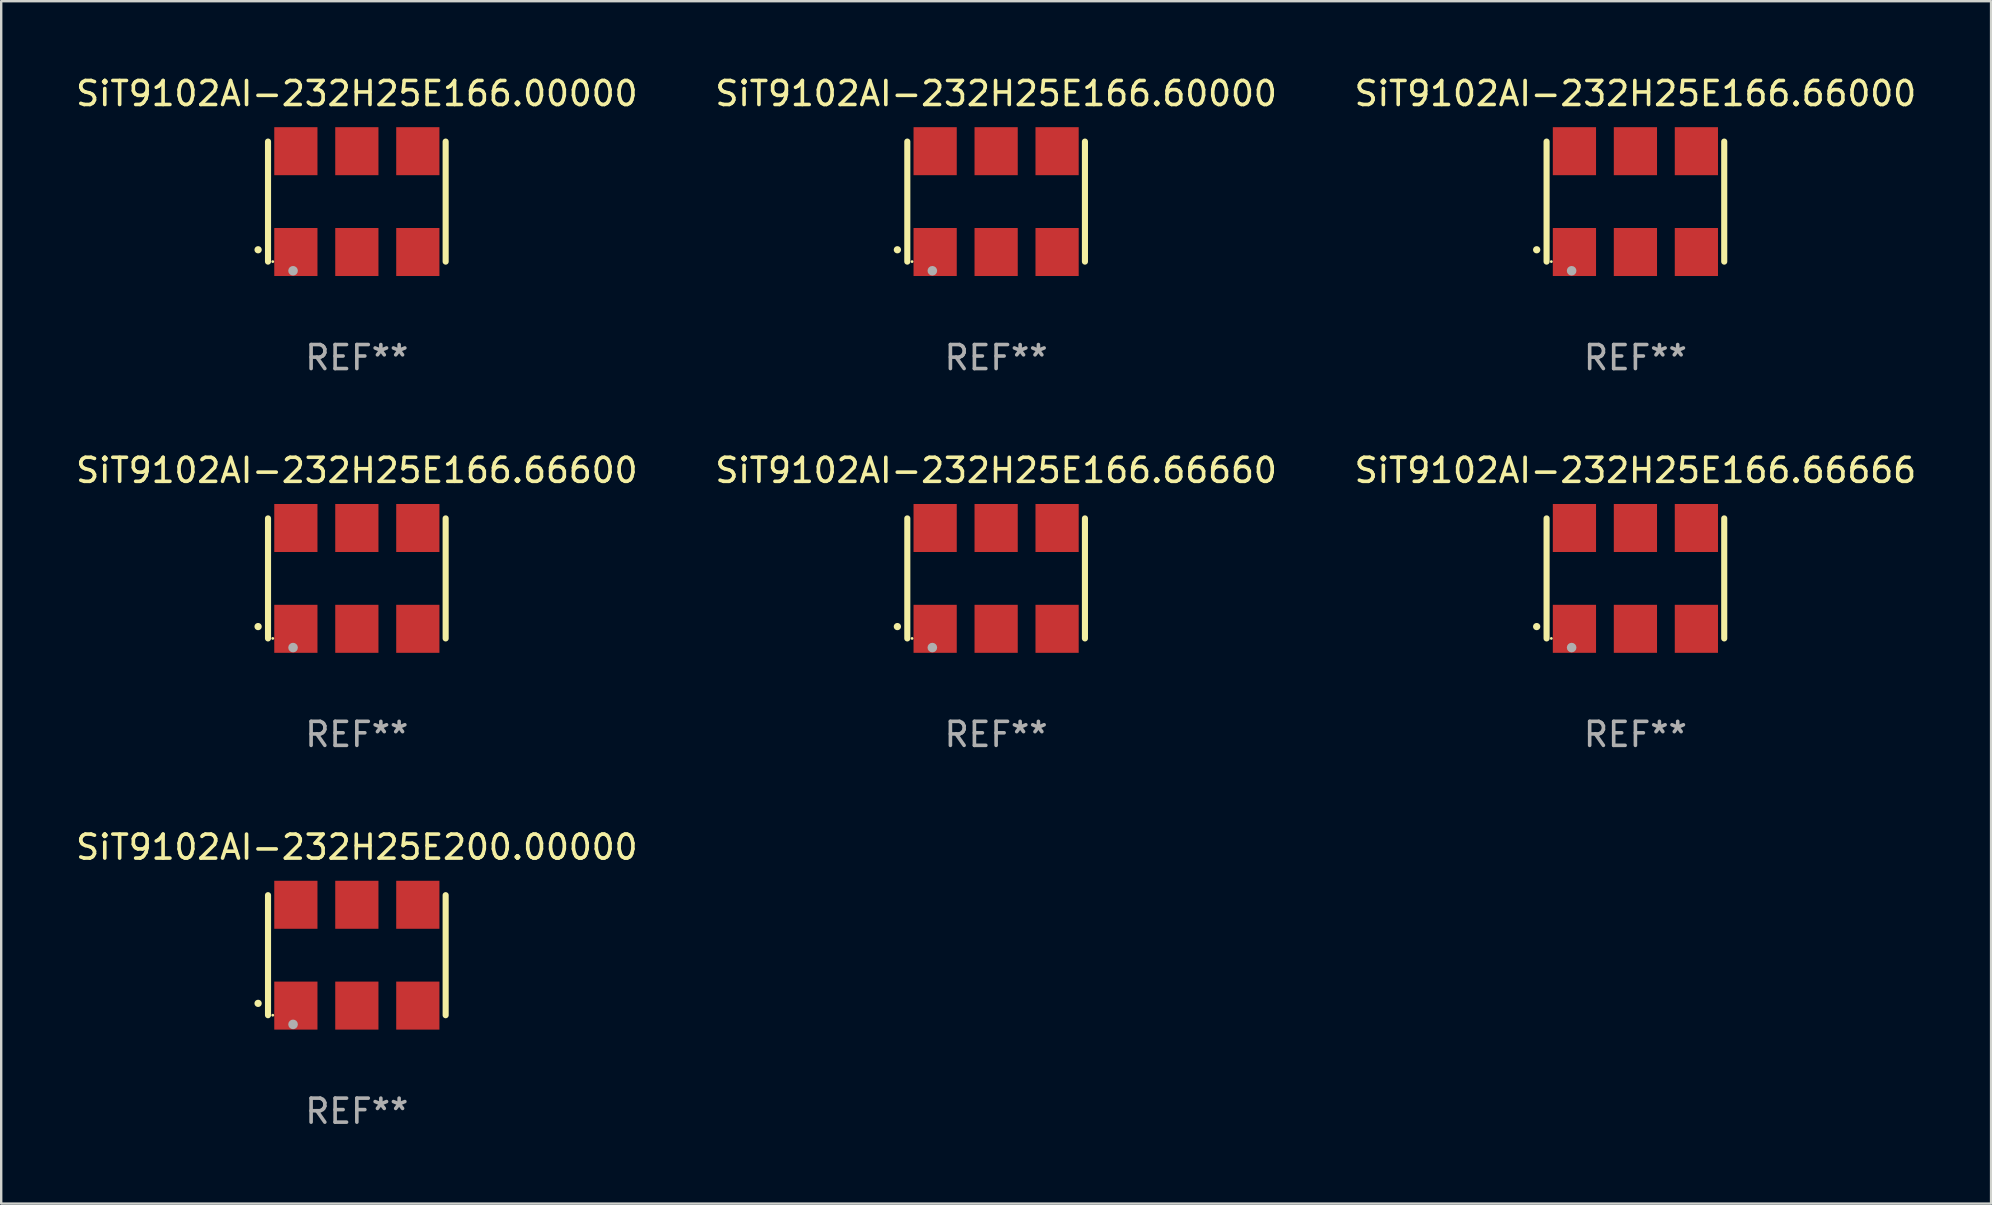
<source format=kicad_pcb>
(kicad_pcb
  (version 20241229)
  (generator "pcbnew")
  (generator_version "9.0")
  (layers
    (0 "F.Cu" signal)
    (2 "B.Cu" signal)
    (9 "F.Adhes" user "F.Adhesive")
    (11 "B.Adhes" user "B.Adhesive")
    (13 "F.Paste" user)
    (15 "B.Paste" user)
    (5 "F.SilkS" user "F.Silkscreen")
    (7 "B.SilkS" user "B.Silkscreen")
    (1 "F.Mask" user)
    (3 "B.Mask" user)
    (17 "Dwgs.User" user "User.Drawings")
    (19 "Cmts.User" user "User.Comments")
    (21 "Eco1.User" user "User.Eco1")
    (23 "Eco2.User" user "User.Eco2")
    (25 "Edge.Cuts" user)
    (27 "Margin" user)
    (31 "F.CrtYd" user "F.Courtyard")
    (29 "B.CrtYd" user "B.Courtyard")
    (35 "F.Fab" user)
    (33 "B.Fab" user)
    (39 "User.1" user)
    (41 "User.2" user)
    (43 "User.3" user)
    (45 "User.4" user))
  (footprint "SiT9102AI-232H25E166.66600"
    (layer "F.Cu")
    (at 11.815 21.045)
    (property "Reference" "SiT9102AI-232H25E166.66600" (at 0 -4.5 0) (layer "F.SilkS") (effects (font (size 1 1) (thickness 0.15))))
    (attr through_hole)
    (fp_line (start -3.7 -2.5) (end -3.7 2.5) (stroke (width 0.254) (type solid)) (layer "F.SilkS"))
    (fp_line (start 3.7 -2.5) (end 3.7 2.5) (stroke (width 0.254) (type solid)) (layer "F.SilkS"))
    (fp_arc (start -4.114415 2.006604) (mid -4.113145 2.006599) (end -4.111875 2.006604) (stroke (width 0.3) (type solid)) (layer "F.SilkS"))
    (fp_circle (center -3.502 2.5) (end -3.472 2.5) (stroke (width 0.06) (type solid)) (fill no) (layer "F.SilkS"))
    (fp_circle (center -2.657 2.882) (end -2.557 2.882) (stroke (width 0.2) (type solid)) (fill no) (layer "F.Fab"))
    (fp_text user "REF**" (at 0 6.5 0) (layer "F.Fab") (effects (font (size 1 1) (thickness 0.15))))
    (pad "1" smd rect (at -2.54 2.1) (size 1.8 2) (layers "F.Cu" "F.Mask" "F.Paste"))
    (pad "2" smd rect (at 0.000394 2.1) (size 1.8 2) (layers "F.Cu" "F.Mask" "F.Paste"))
    (pad "3" smd rect (at 2.54 2.1) (size 1.8 2) (layers "F.Cu" "F.Mask" "F.Paste"))
    (pad "4" smd rect (at 2.54 -2.1) (size 1.8 2) (layers "F.Cu" "F.Mask" "F.Paste"))
    (pad "5" smd rect (at 0.000394 -2.1) (size 1.8 2) (layers "F.Cu" "F.Mask" "F.Paste"))
    (pad "6" smd rect (at -2.54 -2.1) (size 1.8 2) (layers "F.Cu" "F.Mask" "F.Paste")))
  (footprint "SiT9102AI-232H25E200.00000"
    (layer "F.Cu")
    (at 11.815 36.741)
    (property "Reference" "SiT9102AI-232H25E200.00000" (at 0 -4.5 0) (layer "F.SilkS") (effects (font (size 1 1) (thickness 0.15))))
    (attr through_hole)
    (fp_line (start -3.7 -2.5) (end -3.7 2.5) (stroke (width 0.254) (type solid)) (layer "F.SilkS"))
    (fp_line (start 3.7 -2.5) (end 3.7 2.5) (stroke (width 0.254) (type solid)) (layer "F.SilkS"))
    (fp_arc (start -4.114415 2.006604) (mid -4.113145 2.006599) (end -4.111875 2.006604) (stroke (width 0.3) (type solid)) (layer "F.SilkS"))
    (fp_circle (center -3.502 2.5) (end -3.472 2.5) (stroke (width 0.06) (type solid)) (fill no) (layer "F.SilkS"))
    (fp_circle (center -2.657 2.882) (end -2.557 2.882) (stroke (width 0.2) (type solid)) (fill no) (layer "F.Fab"))
    (fp_text user "REF**" (at 0 6.5 0) (layer "F.Fab") (effects (font (size 1 1) (thickness 0.15))))
    (pad "1" smd rect (at -2.54 2.1) (size 1.8 2) (layers "F.Cu" "F.Mask" "F.Paste"))
    (pad "2" smd rect (at 0.000394 2.1) (size 1.8 2) (layers "F.Cu" "F.Mask" "F.Paste"))
    (pad "3" smd rect (at 2.54 2.1) (size 1.8 2) (layers "F.Cu" "F.Mask" "F.Paste"))
    (pad "4" smd rect (at 2.54 -2.1) (size 1.8 2) (layers "F.Cu" "F.Mask" "F.Paste"))
    (pad "5" smd rect (at 0.000394 -2.1) (size 1.8 2) (layers "F.Cu" "F.Mask" "F.Paste"))
    (pad "6" smd rect (at -2.54 -2.1) (size 1.8 2) (layers "F.Cu" "F.Mask" "F.Paste")))
  (footprint "SiT9102AI-232H25E166.66660"
    (layer "F.Cu")
    (at 38.446 21.045)
    (property "Reference" "SiT9102AI-232H25E166.66660" (at 0 -4.5 0) (layer "F.SilkS") (effects (font (size 1 1) (thickness 0.15))))
    (attr through_hole)
    (fp_line (start -3.7 -2.5) (end -3.7 2.5) (stroke (width 0.254) (type solid)) (layer "F.SilkS"))
    (fp_line (start 3.7 -2.5) (end 3.7 2.5) (stroke (width 0.254) (type solid)) (layer "F.SilkS"))
    (fp_arc (start -4.114415 2.006604) (mid -4.113145 2.006599) (end -4.111875 2.006604) (stroke (width 0.3) (type solid)) (layer "F.SilkS"))
    (fp_circle (center -3.502 2.5) (end -3.472 2.5) (stroke (width 0.06) (type solid)) (fill no) (layer "F.SilkS"))
    (fp_circle (center -2.657 2.882) (end -2.557 2.882) (stroke (width 0.2) (type solid)) (fill no) (layer "F.Fab"))
    (fp_text user "REF**" (at 0 6.5 0) (layer "F.Fab") (effects (font (size 1 1) (thickness 0.15))))
    (pad "1" smd rect (at -2.54 2.1) (size 1.8 2) (layers "F.Cu" "F.Mask" "F.Paste"))
    (pad "2" smd rect (at 0.000394 2.1) (size 1.8 2) (layers "F.Cu" "F.Mask" "F.Paste"))
    (pad "3" smd rect (at 2.54 2.1) (size 1.8 2) (layers "F.Cu" "F.Mask" "F.Paste"))
    (pad "4" smd rect (at 2.54 -2.1) (size 1.8 2) (layers "F.Cu" "F.Mask" "F.Paste"))
    (pad "5" smd rect (at 0.000394 -2.1) (size 1.8 2) (layers "F.Cu" "F.Mask" "F.Paste"))
    (pad "6" smd rect (at -2.54 -2.1) (size 1.8 2) (layers "F.Cu" "F.Mask" "F.Paste")))
  (footprint "SiT9102AI-232H25E166.66666"
    (layer "F.Cu")
    (at 65.077 21.045)
    (property "Reference" "SiT9102AI-232H25E166.66666" (at 0 -4.5 0) (layer "F.SilkS") (effects (font (size 1 1) (thickness 0.15))))
    (attr through_hole)
    (fp_line (start -3.7 -2.5) (end -3.7 2.5) (stroke (width 0.254) (type solid)) (layer "F.SilkS"))
    (fp_line (start 3.7 -2.5) (end 3.7 2.5) (stroke (width 0.254) (type solid)) (layer "F.SilkS"))
    (fp_arc (start -4.114415 2.006604) (mid -4.113145 2.006599) (end -4.111875 2.006604) (stroke (width 0.3) (type solid)) (layer "F.SilkS"))
    (fp_circle (center -3.502 2.5) (end -3.472 2.5) (stroke (width 0.06) (type solid)) (fill no) (layer "F.SilkS"))
    (fp_circle (center -2.657 2.882) (end -2.557 2.882) (stroke (width 0.2) (type solid)) (fill no) (layer "F.Fab"))
    (fp_text user "REF**" (at 0 6.5 0) (layer "F.Fab") (effects (font (size 1 1) (thickness 0.15))))
    (pad "1" smd rect (at -2.54 2.1) (size 1.8 2) (layers "F.Cu" "F.Mask" "F.Paste"))
    (pad "2" smd rect (at 0.000394 2.1) (size 1.8 2) (layers "F.Cu" "F.Mask" "F.Paste"))
    (pad "3" smd rect (at 2.54 2.1) (size 1.8 2) (layers "F.Cu" "F.Mask" "F.Paste"))
    (pad "4" smd rect (at 2.54 -2.1) (size 1.8 2) (layers "F.Cu" "F.Mask" "F.Paste"))
    (pad "5" smd rect (at 0.000394 -2.1) (size 1.8 2) (layers "F.Cu" "F.Mask" "F.Paste"))
    (pad "6" smd rect (at -2.54 -2.1) (size 1.8 2) (layers "F.Cu" "F.Mask" "F.Paste")))
  (footprint "SiT9102AI-232H25E166.60000"
    (layer "F.Cu")
    (at 38.446 5.348)
    (property "Reference" "SiT9102AI-232H25E166.60000" (at 0 -4.5 0) (layer "F.SilkS") (effects (font (size 1 1) (thickness 0.15))))
    (attr through_hole)
    (fp_line (start -3.7 -2.5) (end -3.7 2.5) (stroke (width 0.254) (type solid)) (layer "F.SilkS"))
    (fp_line (start 3.7 -2.5) (end 3.7 2.5) (stroke (width 0.254) (type solid)) (layer "F.SilkS"))
    (fp_arc (start -4.114415 2.006604) (mid -4.113145 2.006599) (end -4.111875 2.006604) (stroke (width 0.3) (type solid)) (layer "F.SilkS"))
    (fp_circle (center -3.502 2.5) (end -3.472 2.5) (stroke (width 0.06) (type solid)) (fill no) (layer "F.SilkS"))
    (fp_circle (center -2.657 2.882) (end -2.557 2.882) (stroke (width 0.2) (type solid)) (fill no) (layer "F.Fab"))
    (fp_text user "REF**" (at 0 6.5 0) (layer "F.Fab") (effects (font (size 1 1) (thickness 0.15))))
    (pad "1" smd rect (at -2.54 2.1) (size 1.8 2) (layers "F.Cu" "F.Mask" "F.Paste"))
    (pad "2" smd rect (at 0.000394 2.1) (size 1.8 2) (layers "F.Cu" "F.Mask" "F.Paste"))
    (pad "3" smd rect (at 2.54 2.1) (size 1.8 2) (layers "F.Cu" "F.Mask" "F.Paste"))
    (pad "4" smd rect (at 2.54 -2.1) (size 1.8 2) (layers "F.Cu" "F.Mask" "F.Paste"))
    (pad "5" smd rect (at 0.000394 -2.1) (size 1.8 2) (layers "F.Cu" "F.Mask" "F.Paste"))
    (pad "6" smd rect (at -2.54 -2.1) (size 1.8 2) (layers "F.Cu" "F.Mask" "F.Paste")))
  (footprint "SiT9102AI-232H25E166.66000"
    (layer "F.Cu")
    (at 65.077 5.348)
    (property "Reference" "SiT9102AI-232H25E166.66000" (at 0 -4.5 0) (layer "F.SilkS") (effects (font (size 1 1) (thickness 0.15))))
    (attr through_hole)
    (fp_line (start -3.7 -2.5) (end -3.7 2.5) (stroke (width 0.254) (type solid)) (layer "F.SilkS"))
    (fp_line (start 3.7 -2.5) (end 3.7 2.5) (stroke (width 0.254) (type solid)) (layer "F.SilkS"))
    (fp_arc (start -4.114415 2.006604) (mid -4.113145 2.006599) (end -4.111875 2.006604) (stroke (width 0.3) (type solid)) (layer "F.SilkS"))
    (fp_circle (center -3.502 2.5) (end -3.472 2.5) (stroke (width 0.06) (type solid)) (fill no) (layer "F.SilkS"))
    (fp_circle (center -2.657 2.882) (end -2.557 2.882) (stroke (width 0.2) (type solid)) (fill no) (layer "F.Fab"))
    (fp_text user "REF**" (at 0 6.5 0) (layer "F.Fab") (effects (font (size 1 1) (thickness 0.15))))
    (pad "1" smd rect (at -2.54 2.1) (size 1.8 2) (layers "F.Cu" "F.Mask" "F.Paste"))
    (pad "2" smd rect (at 0.000394 2.1) (size 1.8 2) (layers "F.Cu" "F.Mask" "F.Paste"))
    (pad "3" smd rect (at 2.54 2.1) (size 1.8 2) (layers "F.Cu" "F.Mask" "F.Paste"))
    (pad "4" smd rect (at 2.54 -2.1) (size 1.8 2) (layers "F.Cu" "F.Mask" "F.Paste"))
    (pad "5" smd rect (at 0.000394 -2.1) (size 1.8 2) (layers "F.Cu" "F.Mask" "F.Paste"))
    (pad "6" smd rect (at -2.54 -2.1) (size 1.8 2) (layers "F.Cu" "F.Mask" "F.Paste")))
  (footprint "SiT9102AI-232H25E166.00000"
    (layer "F.Cu")
    (at 11.815 5.348)
    (property "Reference" "SiT9102AI-232H25E166.00000" (at 0 -4.5 0) (layer "F.SilkS") (effects (font (size 1 1) (thickness 0.15))))
    (attr through_hole)
    (fp_line (start -3.7 -2.5) (end -3.7 2.5) (stroke (width 0.254) (type solid)) (layer "F.SilkS"))
    (fp_line (start 3.7 -2.5) (end 3.7 2.5) (stroke (width 0.254) (type solid)) (layer "F.SilkS"))
    (fp_arc (start -4.114415 2.006604) (mid -4.113145 2.006599) (end -4.111875 2.006604) (stroke (width 0.3) (type solid)) (layer "F.SilkS"))
    (fp_circle (center -3.502 2.5) (end -3.472 2.5) (stroke (width 0.06) (type solid)) (fill no) (layer "F.SilkS"))
    (fp_circle (center -2.657 2.882) (end -2.557 2.882) (stroke (width 0.2) (type solid)) (fill no) (layer "F.Fab"))
    (fp_text user "REF**" (at 0 6.5 0) (layer "F.Fab") (effects (font (size 1 1) (thickness 0.15))))
    (pad "1" smd rect (at -2.54 2.1) (size 1.8 2) (layers "F.Cu" "F.Mask" "F.Paste"))
    (pad "2" smd rect (at 0.000394 2.1) (size 1.8 2) (layers "F.Cu" "F.Mask" "F.Paste"))
    (pad "3" smd rect (at 2.54 2.1) (size 1.8 2) (layers "F.Cu" "F.Mask" "F.Paste"))
    (pad "4" smd rect (at 2.54 -2.1) (size 1.8 2) (layers "F.Cu" "F.Mask" "F.Paste"))
    (pad "5" smd rect (at 0.000394 -2.1) (size 1.8 2) (layers "F.Cu" "F.Mask" "F.Paste"))
    (pad "6" smd rect (at -2.54 -2.1) (size 1.8 2) (layers "F.Cu" "F.Mask" "F.Paste")))
  (gr_rect
    (start -3 -3)
    (end 79.893 47.09)
    (stroke (width 0.1) (type default))
    (fill no)
    (layer "Edge.Cuts")))
</source>
